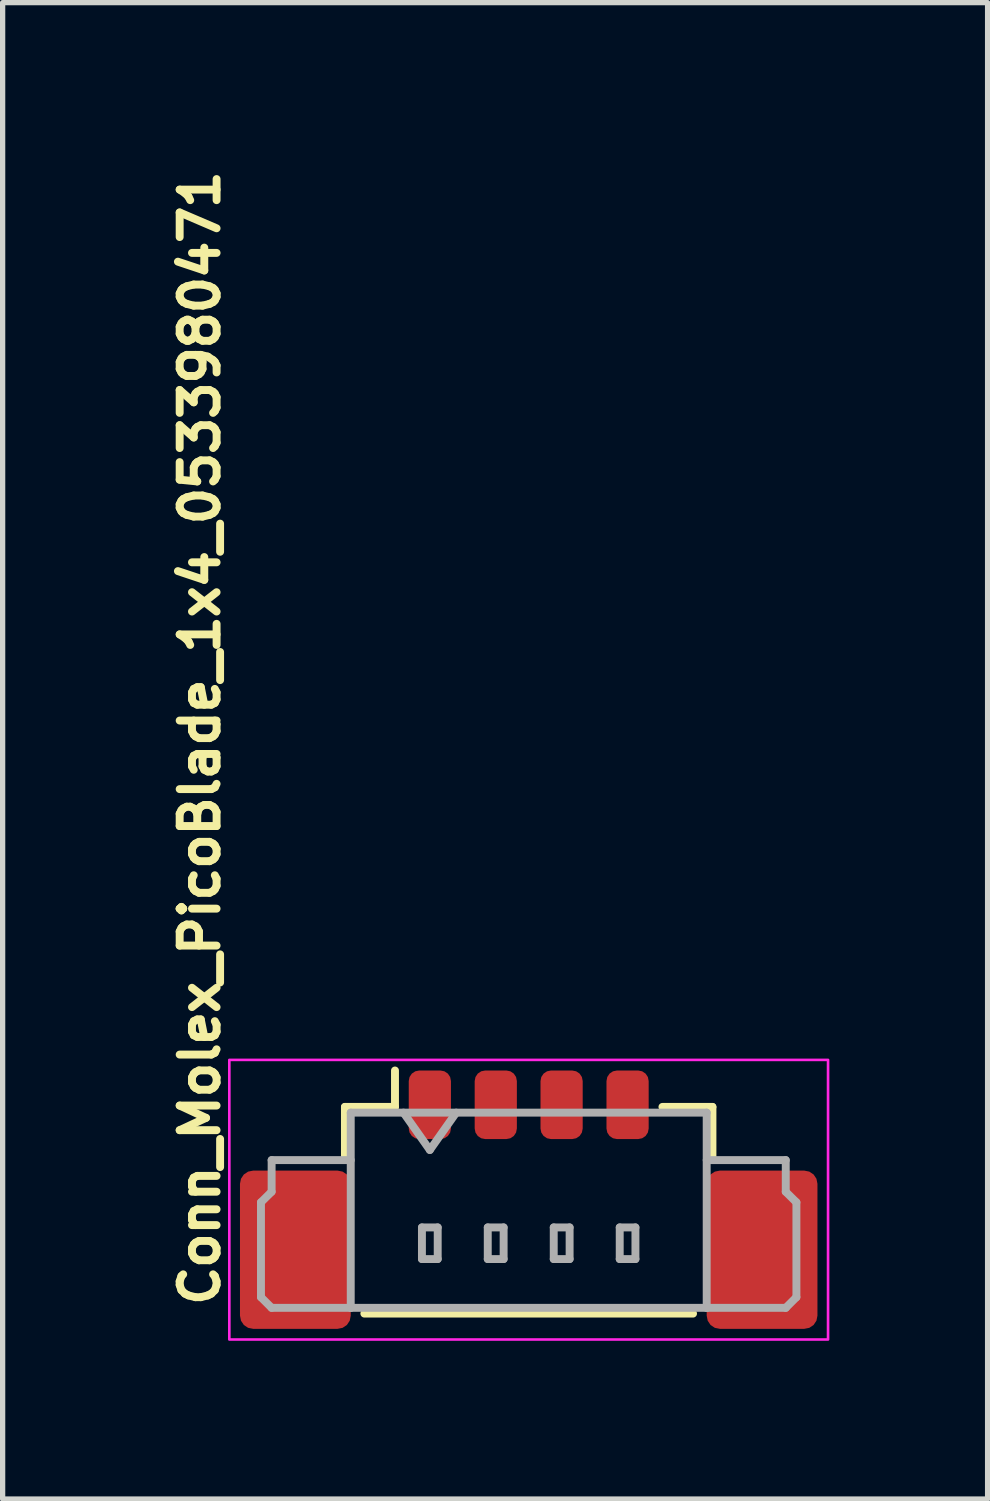
<source format=kicad_pcb>
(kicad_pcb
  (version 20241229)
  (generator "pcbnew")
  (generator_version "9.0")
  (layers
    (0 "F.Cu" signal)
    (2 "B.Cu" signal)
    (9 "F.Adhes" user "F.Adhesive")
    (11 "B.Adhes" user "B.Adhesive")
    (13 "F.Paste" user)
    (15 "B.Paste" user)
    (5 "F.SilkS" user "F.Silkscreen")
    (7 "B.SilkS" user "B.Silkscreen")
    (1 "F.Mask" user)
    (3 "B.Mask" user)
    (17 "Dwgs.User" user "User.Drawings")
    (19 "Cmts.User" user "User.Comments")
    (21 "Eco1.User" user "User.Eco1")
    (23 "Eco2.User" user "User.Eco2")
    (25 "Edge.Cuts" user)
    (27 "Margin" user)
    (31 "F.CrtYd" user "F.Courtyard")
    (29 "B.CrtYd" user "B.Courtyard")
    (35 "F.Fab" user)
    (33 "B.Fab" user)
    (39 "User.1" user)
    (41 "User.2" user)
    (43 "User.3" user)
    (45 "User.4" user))
  (footprint "Conn_Molex_PicoBlade_1x4_0533980471"
    (layer "F.Cu")
    (at 6.975 19.647)
    (property "Reference" "Conn_Molex_PicoBlade_1x4_0533980471" (at -5.825 2.13 90) (layer "F.SilkS") (effects (font (size 0.7 0.7) (thickness 0.15)) (justify left bottom)))
    (attr smd)
    (fp_line (start -3.485 -1.71) (end -2.536 -1.71) (stroke (width 0.15) (type solid)) (layer "F.SilkS"))
    (fp_line (start -3.485 -0.76) (end -3.485 -1.71) (stroke (width 0.15) (type solid)) (layer "F.SilkS"))
    (fp_line (start -3.117 2.209) (end 3.115 2.209) (stroke (width 0.15) (type solid)) (layer "F.SilkS"))
    (fp_line (start -2.536 -1.71) (end -2.536 -2.4) (stroke (width 0.15) (type solid)) (layer "F.SilkS"))
    (fp_line (start 3.483 -1.71) (end 2.535 -1.71) (stroke (width 0.15) (type solid)) (layer "F.SilkS"))
    (fp_line (start 3.483 -0.76) (end 3.483 -1.71) (stroke (width 0.15) (type solid)) (layer "F.SilkS"))
    (fp_rect (start -5.677 -2.601) (end 5.675 2.7) (stroke (width 0.05) (type solid)) (fill no) (layer "F.CrtYd"))
    (fp_line (start -5.077 0.099) (end -4.875 -0.101) (stroke (width 0.15) (type solid)) (layer "F.Fab"))
    (fp_line (start -5.077 1.898) (end -5.077 0.099) (stroke (width 0.15) (type solid)) (layer "F.Fab"))
    (fp_line (start -4.875 -0.701) (end -3.375 -0.701) (stroke (width 0.15) (type solid)) (layer "F.Fab"))
    (fp_line (start -4.875 -0.101) (end -4.875 -0.701) (stroke (width 0.15) (type solid)) (layer "F.Fab"))
    (fp_line (start -4.875 2.1) (end -5.077 1.898) (stroke (width 0.15) (type solid)) (layer "F.Fab"))
    (fp_line (start -3.375 -1.601) (end -3.375 2.1) (stroke (width 0.15) (type solid)) (layer "F.Fab"))
    (fp_line (start -3.375 -1.601) (end 3.374 -1.601) (stroke (width 0.15) (type solid)) (layer "F.Fab"))
    (fp_line (start -3.375 2.1) (end -4.875 2.1) (stroke (width 0.15) (type solid)) (layer "F.Fab"))
    (fp_line (start -3.375 2.1) (end 3.374 2.1) (stroke (width 0.15) (type solid)) (layer "F.Fab"))
    (fp_line (start -2.375 -1.601) (end -1.875 -0.893) (stroke (width 0.15) (type solid)) (layer "F.Fab"))
    (fp_line (start -2.025 0.575) (end -2.025 1.175) (stroke (width 0.15) (type solid)) (layer "F.Fab"))
    (fp_line (start -2.025 1.175) (end -1.726 1.175) (stroke (width 0.15) (type solid)) (layer "F.Fab"))
    (fp_line (start -1.875 -0.893) (end -1.375 -1.601) (stroke (width 0.15) (type solid)) (layer "F.Fab"))
    (fp_line (start -1.726 0.575) (end -2.025 0.575) (stroke (width 0.15) (type solid)) (layer "F.Fab"))
    (fp_line (start -1.726 1.175) (end -1.726 0.575) (stroke (width 0.15) (type solid)) (layer "F.Fab"))
    (fp_line (start -0.777 0.575) (end -0.777 1.175) (stroke (width 0.15) (type solid)) (layer "F.Fab"))
    (fp_line (start -0.777 1.175) (end -0.476 1.175) (stroke (width 0.15) (type solid)) (layer "F.Fab"))
    (fp_line (start -0.476 0.575) (end -0.777 0.575) (stroke (width 0.15) (type solid)) (layer "F.Fab"))
    (fp_line (start -0.476 1.175) (end -0.476 0.575) (stroke (width 0.15) (type solid)) (layer "F.Fab"))
    (fp_line (start 0.474 0.575) (end 0.474 1.175) (stroke (width 0.15) (type solid)) (layer "F.Fab"))
    (fp_line (start 0.474 1.175) (end 0.775 1.175) (stroke (width 0.15) (type solid)) (layer "F.Fab"))
    (fp_line (start 0.775 0.575) (end 0.474 0.575) (stroke (width 0.15) (type solid)) (layer "F.Fab"))
    (fp_line (start 0.775 1.175) (end 0.775 0.575) (stroke (width 0.15) (type solid)) (layer "F.Fab"))
    (fp_line (start 1.725 0.575) (end 1.725 1.175) (stroke (width 0.15) (type solid)) (layer "F.Fab"))
    (fp_line (start 1.725 1.175) (end 2.023 1.175) (stroke (width 0.15) (type solid)) (layer "F.Fab"))
    (fp_line (start 2.023 0.575) (end 1.725 0.575) (stroke (width 0.15) (type solid)) (layer "F.Fab"))
    (fp_line (start 2.023 1.175) (end 2.023 0.575) (stroke (width 0.15) (type solid)) (layer "F.Fab"))
    (fp_line (start 3.374 -1.601) (end 3.374 2.1) (stroke (width 0.15) (type solid)) (layer "F.Fab"))
    (fp_line (start 3.374 2.1) (end 4.873 2.1) (stroke (width 0.15) (type solid)) (layer "F.Fab"))
    (fp_line (start 4.873 -0.701) (end 3.374 -0.701) (stroke (width 0.15) (type solid)) (layer "F.Fab"))
    (fp_line (start 4.873 -0.101) (end 4.873 -0.701) (stroke (width 0.15) (type solid)) (layer "F.Fab"))
    (fp_line (start 4.873 2.1) (end 5.075 1.898) (stroke (width 0.15) (type solid)) (layer "F.Fab"))
    (fp_line (start 5.075 0.099) (end 4.873 -0.101) (stroke (width 0.15) (type solid)) (layer "F.Fab"))
    (fp_line (start 5.075 1.898) (end 5.075 0.099) (stroke (width 0.15) (type solid)) (layer "F.Fab"))
    (fp_rect (start -5.077 -2.101) (end 5.075 2.1) (stroke (width 0.1) (type solid)) (fill no) (layer "User.5"))
    (fp_line (start -5.077 0.199) (end -5.077 1.798) (stroke (width 0.02) (type solid)) (layer "User.9"))
    (fp_line (start -5.077 0.199) (end -4.875 0) (stroke (width 0.02) (type solid)) (layer "User.9"))
    (fp_line (start -5.077 1.798) (end -4.875 1.999) (stroke (width 0.02) (type solid)) (layer "User.9"))
    (fp_line (start -4.875 -0.701) (end -3.375 -0.701) (stroke (width 0.02) (type solid)) (layer "User.9"))
    (fp_line (start -4.875 2.1) (end -4.875 -0.701) (stroke (width 0.02) (type solid)) (layer "User.9"))
    (fp_line (start -4.875 2.1) (end -3.375 2.1) (stroke (width 0.02) (type solid)) (layer "User.9"))
    (fp_line (start -3.375 -1.601) (end -3.375 -1.401) (stroke (width 0.02) (type solid)) (layer "User.9"))
    (fp_line (start -3.375 -1.401) (end -3.375 -0.701) (stroke (width 0.02) (type solid)) (layer "User.9"))
    (fp_line (start -3.375 -0.701) (end -3.375 2.1) (stroke (width 0.02) (type solid)) (layer "User.9"))
    (fp_line (start -3.375 -0.701) (end -2.976 -0.701) (stroke (width 0.02) (type solid)) (layer "User.9"))
    (fp_line (start -3.375 2.1) (end -1.526 2.1) (stroke (width 0.02) (type solid)) (layer "User.9"))
    (fp_line (start -2.976 -0.701) (end -2.976 1.898) (stroke (width 0.02) (type solid)) (layer "User.9"))
    (fp_line (start -2.976 -0.701) (end -2.775 -0.701) (stroke (width 0.02) (type solid)) (layer "User.9"))
    (fp_line (start -2.976 1.898) (end -2.775 1.699) (stroke (width 0.02) (type solid)) (layer "User.9"))
    (fp_line (start -2.976 1.898) (end -1.526 1.898) (stroke (width 0.02) (type solid)) (layer "User.9"))
    (fp_line (start -2.775 -0.701) (end -2.775 1.699) (stroke (width 0.02) (type solid)) (layer "User.9"))
    (fp_line (start -2.775 -0.701) (end -2.426 -0.701) (stroke (width 0.02) (type solid)) (layer "User.9"))
    (fp_line (start -2.775 1.699) (end -1.526 1.699) (stroke (width 0.02) (type solid)) (layer "User.9"))
    (fp_line (start -2.426 -1.401) (end -3.375 -1.401) (stroke (width 0.02) (type solid)) (layer "User.9"))
    (fp_line (start -2.426 -0.701) (end -2.426 -1.401) (stroke (width 0.02) (type solid)) (layer "User.9"))
    (fp_line (start -2.036 -2.101) (end -2.036 -1.601) (stroke (width 0.02) (type solid)) (layer "User.9"))
    (fp_line (start -2.036 -2.101) (end -1.716 -2.101) (stroke (width 0.02) (type solid)) (layer "User.9"))
    (fp_line (start -2.036 0.574) (end -2.036 1.175) (stroke (width 0.02) (type solid)) (layer "User.9"))
    (fp_line (start -2.036 0.574) (end -1.716 0.574) (stroke (width 0.02) (type solid)) (layer "User.9"))
    (fp_line (start -2.036 1.175) (end -1.716 1.175) (stroke (width 0.02) (type solid)) (layer "User.9"))
    (fp_line (start -1.986 0.675) (end -2.036 0.574) (stroke (width 0.02) (type solid)) (layer "User.9"))
    (fp_line (start -1.986 0.675) (end -1.986 1.074) (stroke (width 0.02) (type solid)) (layer "User.9"))
    (fp_line (start -1.986 0.675) (end -1.766 0.675) (stroke (width 0.02) (type solid)) (layer "User.9"))
    (fp_line (start -1.986 1.074) (end -2.036 1.175) (stroke (width 0.02) (type solid)) (layer "User.9"))
    (fp_line (start -1.986 1.074) (end -1.766 1.074) (stroke (width 0.02) (type solid)) (layer "User.9"))
    (fp_line (start -1.766 0.675) (end -1.766 1.074) (stroke (width 0.02) (type solid)) (layer "User.9"))
    (fp_line (start -1.766 0.675) (end -1.716 0.574) (stroke (width 0.02) (type solid)) (layer "User.9"))
    (fp_line (start -1.766 1.074) (end -1.716 1.175) (stroke (width 0.02) (type solid)) (layer "User.9"))
    (fp_line (start -1.716 -2.101) (end -1.716 -1.601) (stroke (width 0.02) (type solid)) (layer "User.9"))
    (fp_line (start -1.716 0.574) (end -1.716 1.175) (stroke (width 0.02) (type solid)) (layer "User.9"))
    (fp_line (start -1.526 1.898) (end -1.526 1.699) (stroke (width 0.02) (type solid)) (layer "User.9"))
    (fp_line (start -1.526 2.1) (end -1.526 1.898) (stroke (width 0.02) (type solid)) (layer "User.9"))
    (fp_line (start -1.226 1.699) (end -1.526 1.699) (stroke (width 0.02) (type solid)) (layer "User.9"))
    (fp_line (start -1.226 1.699) (end -1.226 1.898) (stroke (width 0.02) (type solid)) (layer "User.9"))
    (fp_line (start -1.226 1.699) (end 1.225 1.699) (stroke (width 0.02) (type solid)) (layer "User.9"))
    (fp_line (start -1.226 1.898) (end 1.225 1.898) (stroke (width 0.02) (type solid)) (layer "User.9"))
    (fp_line (start -1.226 2.1) (end -1.526 2.1) (stroke (width 0.02) (type solid)) (layer "User.9"))
    (fp_line (start -1.226 2.1) (end -1.226 1.898) (stroke (width 0.02) (type solid)) (layer "User.9"))
    (fp_line (start -1.226 2.1) (end 1.225 2.1) (stroke (width 0.02) (type solid)) (layer "User.9"))
    (fp_line (start -0.787 -2.101) (end -0.787 -1.601) (stroke (width 0.02) (type solid)) (layer "User.9"))
    (fp_line (start -0.787 -2.101) (end -0.467 -2.101) (stroke (width 0.02) (type solid)) (layer "User.9"))
    (fp_line (start -0.787 0.574) (end -0.787 1.175) (stroke (width 0.02) (type solid)) (layer "User.9"))
    (fp_line (start -0.787 0.574) (end -0.467 0.574) (stroke (width 0.02) (type solid)) (layer "User.9"))
    (fp_line (start -0.787 1.175) (end -0.467 1.175) (stroke (width 0.02) (type solid)) (layer "User.9"))
    (fp_line (start -0.735 0.675) (end -0.787 0.574) (stroke (width 0.02) (type solid)) (layer "User.9"))
    (fp_line (start -0.735 0.675) (end -0.735 1.074) (stroke (width 0.02) (type solid)) (layer "User.9"))
    (fp_line (start -0.735 0.675) (end -0.517 0.675) (stroke (width 0.02) (type solid)) (layer "User.9"))
    (fp_line (start -0.735 1.074) (end -0.787 1.175) (stroke (width 0.02) (type solid)) (layer "User.9"))
    (fp_line (start -0.735 1.074) (end -0.517 1.074) (stroke (width 0.02) (type solid)) (layer "User.9"))
    (fp_line (start -0.517 0.675) (end -0.517 1.074) (stroke (width 0.02) (type solid)) (layer "User.9"))
    (fp_line (start -0.517 0.675) (end -0.467 0.574) (stroke (width 0.02) (type solid)) (layer "User.9"))
    (fp_line (start -0.517 1.074) (end -0.467 1.175) (stroke (width 0.02) (type solid)) (layer "User.9"))
    (fp_line (start -0.467 -2.101) (end -0.467 -1.601) (stroke (width 0.02) (type solid)) (layer "User.9"))
    (fp_line (start -0.467 0.574) (end -0.467 1.175) (stroke (width 0.02) (type solid)) (layer "User.9"))
    (fp_line (start 0.465 -2.101) (end 0.465 -1.601) (stroke (width 0.02) (type solid)) (layer "User.9"))
    (fp_line (start 0.465 -2.101) (end 0.785 -2.101) (stroke (width 0.02) (type solid)) (layer "User.9"))
    (fp_line (start 0.465 0.574) (end 0.465 1.175) (stroke (width 0.02) (type solid)) (layer "User.9"))
    (fp_line (start 0.465 0.574) (end 0.785 0.574) (stroke (width 0.02) (type solid)) (layer "User.9"))
    (fp_line (start 0.465 1.175) (end 0.785 1.175) (stroke (width 0.02) (type solid)) (layer "User.9"))
    (fp_line (start 0.515 0.675) (end 0.465 0.574) (stroke (width 0.02) (type solid)) (layer "User.9"))
    (fp_line (start 0.515 0.675) (end 0.515 1.074) (stroke (width 0.02) (type solid)) (layer "User.9"))
    (fp_line (start 0.515 0.675) (end 0.733 0.675) (stroke (width 0.02) (type solid)) (layer "User.9"))
    (fp_line (start 0.515 1.074) (end 0.465 1.175) (stroke (width 0.02) (type solid)) (layer "User.9"))
    (fp_line (start 0.515 1.074) (end 0.733 1.074) (stroke (width 0.02) (type solid)) (layer "User.9"))
    (fp_line (start 0.733 0.675) (end 0.733 1.074) (stroke (width 0.02) (type solid)) (layer "User.9"))
    (fp_line (start 0.733 0.675) (end 0.785 0.574) (stroke (width 0.02) (type solid)) (layer "User.9"))
    (fp_line (start 0.733 1.074) (end 0.785 1.175) (stroke (width 0.02) (type solid)) (layer "User.9"))
    (fp_line (start 0.785 -2.101) (end 0.785 -1.601) (stroke (width 0.02) (type solid)) (layer "User.9"))
    (fp_line (start 0.785 0.574) (end 0.785 1.175) (stroke (width 0.02) (type solid)) (layer "User.9"))
    (fp_line (start 1.225 1.898) (end 1.225 1.699) (stroke (width 0.02) (type solid)) (layer "User.9"))
    (fp_line (start 1.225 2.1) (end 1.225 1.898) (stroke (width 0.02) (type solid)) (layer "User.9"))
    (fp_line (start 1.523 1.699) (end 1.225 1.699) (stroke (width 0.02) (type solid)) (layer "User.9"))
    (fp_line (start 1.523 1.699) (end 1.523 1.898) (stroke (width 0.02) (type solid)) (layer "User.9"))
    (fp_line (start 1.523 1.699) (end 2.773 1.699) (stroke (width 0.02) (type solid)) (layer "User.9"))
    (fp_line (start 1.523 1.898) (end 2.975 1.898) (stroke (width 0.02) (type solid)) (layer "User.9"))
    (fp_line (start 1.523 2.1) (end 1.225 2.1) (stroke (width 0.02) (type solid)) (layer "User.9"))
    (fp_line (start 1.523 2.1) (end 1.523 1.898) (stroke (width 0.02) (type solid)) (layer "User.9"))
    (fp_line (start 1.523 2.1) (end 3.374 2.1) (stroke (width 0.02) (type solid)) (layer "User.9"))
    (fp_line (start 1.715 -2.101) (end 1.715 -1.601) (stroke (width 0.02) (type solid)) (layer "User.9"))
    (fp_line (start 1.715 -2.101) (end 2.035 -2.101) (stroke (width 0.02) (type solid)) (layer "User.9"))
    (fp_line (start 1.715 0.574) (end 1.715 1.175) (stroke (width 0.02) (type solid)) (layer "User.9"))
    (fp_line (start 1.715 0.574) (end 2.035 0.574) (stroke (width 0.02) (type solid)) (layer "User.9"))
    (fp_line (start 1.715 1.175) (end 2.035 1.175) (stroke (width 0.02) (type solid)) (layer "User.9"))
    (fp_line (start 1.763 0.675) (end 1.715 0.574) (stroke (width 0.02) (type solid)) (layer "User.9"))
    (fp_line (start 1.763 0.675) (end 1.763 1.074) (stroke (width 0.02) (type solid)) (layer "User.9"))
    (fp_line (start 1.763 0.675) (end 1.985 0.675) (stroke (width 0.02) (type solid)) (layer "User.9"))
    (fp_line (start 1.763 1.074) (end 1.715 1.175) (stroke (width 0.02) (type solid)) (layer "User.9"))
    (fp_line (start 1.763 1.074) (end 1.985 1.074) (stroke (width 0.02) (type solid)) (layer "User.9"))
    (fp_line (start 1.985 0.675) (end 1.985 1.074) (stroke (width 0.02) (type solid)) (layer "User.9"))
    (fp_line (start 1.985 0.675) (end 2.035 0.574) (stroke (width 0.02) (type solid)) (layer "User.9"))
    (fp_line (start 1.985 1.074) (end 2.035 1.175) (stroke (width 0.02) (type solid)) (layer "User.9"))
    (fp_line (start 2.035 -2.101) (end 2.035 -1.601) (stroke (width 0.02) (type solid)) (layer "User.9"))
    (fp_line (start 2.035 0.574) (end 2.035 1.175) (stroke (width 0.02) (type solid)) (layer "User.9"))
    (fp_line (start 2.423 -1.401) (end 2.423 -0.701) (stroke (width 0.02) (type solid)) (layer "User.9"))
    (fp_line (start 2.423 -0.701) (end 2.773 -0.701) (stroke (width 0.02) (type solid)) (layer "User.9"))
    (fp_line (start 2.773 1.699) (end 2.773 -0.701) (stroke (width 0.02) (type solid)) (layer "User.9"))
    (fp_line (start 2.975 -0.701) (end 2.773 -0.701) (stroke (width 0.02) (type solid)) (layer "User.9"))
    (fp_line (start 2.975 -0.701) (end 3.374 -0.701) (stroke (width 0.02) (type solid)) (layer "User.9"))
    (fp_line (start 2.975 1.898) (end 2.773 1.699) (stroke (width 0.02) (type solid)) (layer "User.9"))
    (fp_line (start 2.975 1.898) (end 2.975 -0.701) (stroke (width 0.02) (type solid)) (layer "User.9"))
    (fp_line (start 3.374 -1.601) (end -3.375 -1.601) (stroke (width 0.02) (type solid)) (layer "User.9"))
    (fp_line (start 3.374 -1.401) (end 2.423 -1.401) (stroke (width 0.02) (type solid)) (layer "User.9"))
    (fp_line (start 3.374 -1.401) (end 3.374 -1.601) (stroke (width 0.02) (type solid)) (layer "User.9"))
    (fp_line (start 3.374 -0.701) (end 3.374 -1.401) (stroke (width 0.02) (type solid)) (layer "User.9"))
    (fp_line (start 3.374 2.1) (end 3.374 -0.701) (stroke (width 0.02) (type solid)) (layer "User.9"))
    (fp_line (start 4.873 -0.701) (end 3.374 -0.701) (stroke (width 0.02) (type solid)) (layer "User.9"))
    (fp_line (start 4.873 2.1) (end 3.374 2.1) (stroke (width 0.02) (type solid)) (layer "User.9"))
    (fp_line (start 4.873 2.1) (end 4.873 -0.701) (stroke (width 0.02) (type solid)) (layer "User.9"))
    (fp_line (start 5.075 0.199) (end 4.873 0) (stroke (width 0.02) (type solid)) (layer "User.9"))
    (fp_line (start 5.075 0.199) (end 5.075 1.798) (stroke (width 0.02) (type solid)) (layer "User.9"))
    (fp_line (start 5.075 1.798) (end 4.873 1.999) (stroke (width 0.02) (type solid)) (layer "User.9"))
    (pad "1" smd roundrect (at -1.875 -1.75) (size 0.8 1.3) (layers "F.Cu" "F.Mask" "F.Paste") (roundrect_rratio 0.25))
    (pad "2" smd roundrect (at -0.625 -1.75) (size 0.8 1.3) (layers "F.Cu" "F.Mask" "F.Paste") (roundrect_rratio 0.25))
    (pad "3" smd roundrect (at 0.623 -1.75) (size 0.8 1.3) (layers "F.Cu" "F.Mask" "F.Paste") (roundrect_rratio 0.25))
    (pad "4" smd roundrect (at 1.874 -1.75) (size 0.8 1.3) (layers "F.Cu" "F.Mask" "F.Paste") (roundrect_rratio 0.25))
    (pad "MP1" smd roundrect (at -4.425 0.998) (size 2.1 3) (layers "F.Cu" "F.Mask" "F.Paste") (roundrect_rratio 0.119))
    (pad "MP2" smd roundrect (at 4.424 0.998) (size 2.1 3) (layers "F.Cu" "F.Mask" "F.Paste") (roundrect_rratio 0.119)))
  (gr_rect
    (start -3 -3)
    (end 15.675 25.372)
    (stroke (width 0.1) (type default))
    (fill no)
    (layer "Edge.Cuts")))
</source>
